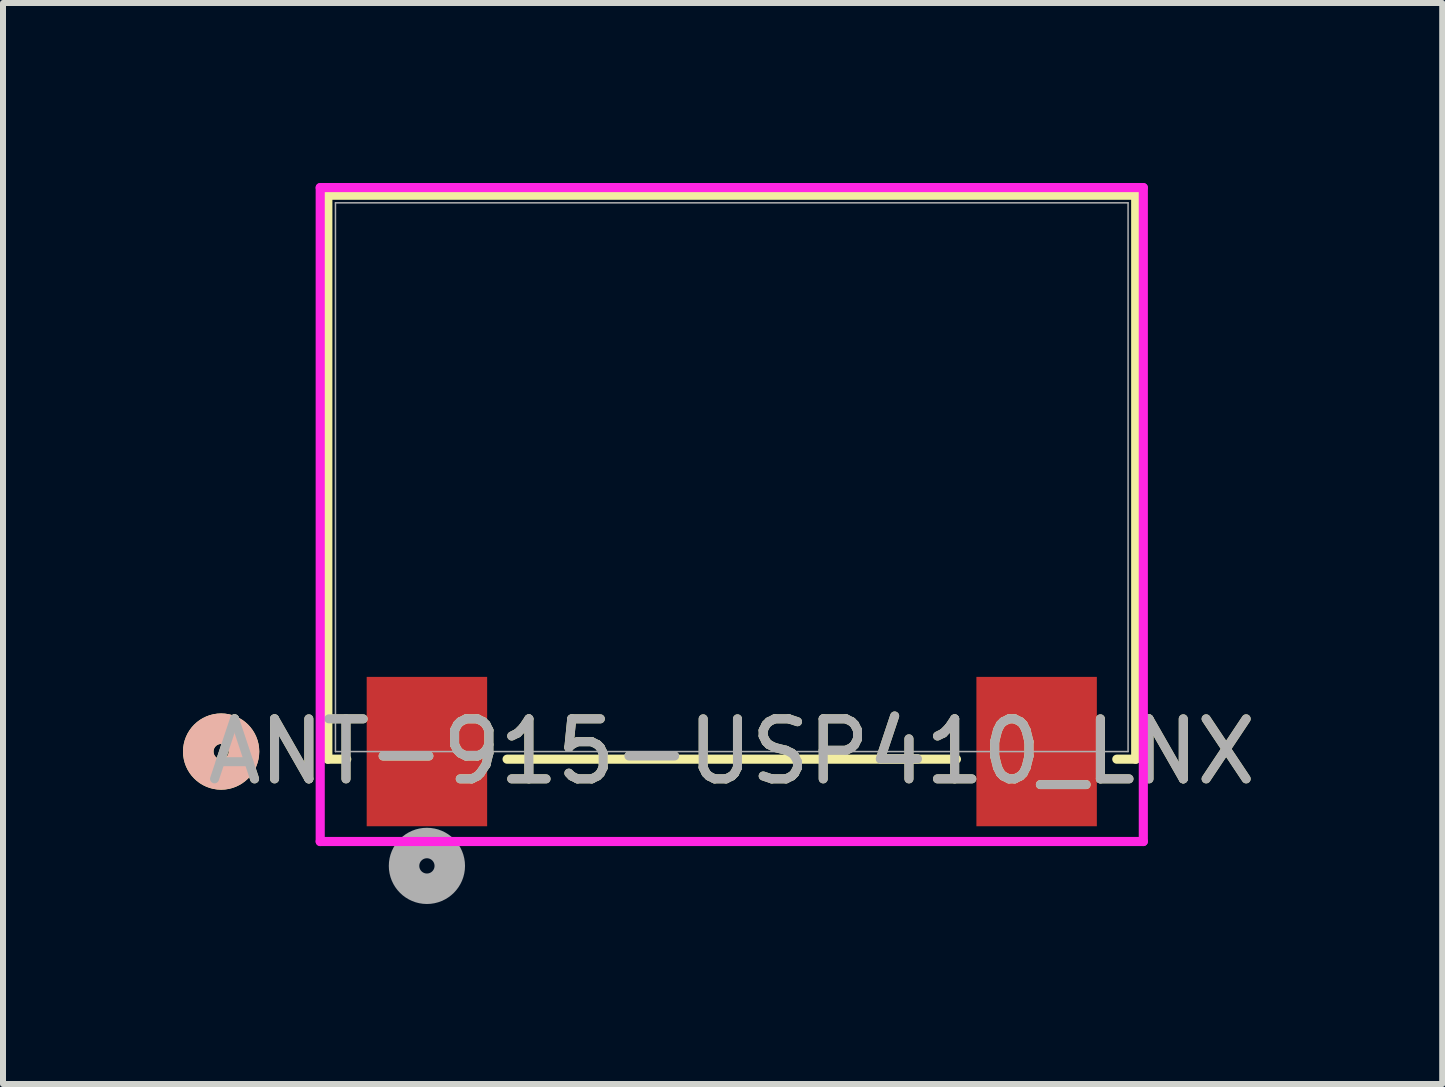
<source format=kicad_pcb>
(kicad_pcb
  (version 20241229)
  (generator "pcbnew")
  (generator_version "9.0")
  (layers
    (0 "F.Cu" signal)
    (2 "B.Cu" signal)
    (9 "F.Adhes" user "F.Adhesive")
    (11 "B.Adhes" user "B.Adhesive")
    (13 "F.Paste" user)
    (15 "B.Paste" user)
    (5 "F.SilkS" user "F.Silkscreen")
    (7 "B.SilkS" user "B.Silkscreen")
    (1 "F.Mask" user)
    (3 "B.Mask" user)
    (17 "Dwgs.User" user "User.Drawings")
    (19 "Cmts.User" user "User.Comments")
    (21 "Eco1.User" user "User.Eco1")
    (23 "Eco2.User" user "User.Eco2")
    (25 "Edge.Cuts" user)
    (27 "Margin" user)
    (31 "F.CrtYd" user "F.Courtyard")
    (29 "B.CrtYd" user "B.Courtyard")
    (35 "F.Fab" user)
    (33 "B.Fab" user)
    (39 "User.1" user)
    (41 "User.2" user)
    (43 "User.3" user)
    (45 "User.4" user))
  (footprint "ANT-915-USP410_LNX"
    (layer "F.Cu")
    (at 9.144 4.902)
    (property "Reference" "ANT-915-USP410_LNX" (at 0 4.572 0) (unlocked yes) (layer "F.SilkS") (effects (font (size 1 1) (thickness 0.15))))
    (attr smd)
    (fp_line (start -6.731 -4.699) (end -6.731 4.699) (stroke (width 0.152) (type solid)) (layer "F.SilkS"))
    (fp_line (start -6.731 4.699) (end -6.416 4.699) (stroke (width 0.152) (type solid)) (layer "F.SilkS"))
    (fp_line (start -3.744 4.699) (end 3.744 4.699) (stroke (width 0.152) (type solid)) (layer "F.SilkS"))
    (fp_line (start 6.416 4.699) (end 6.731 4.699) (stroke (width 0.152) (type solid)) (layer "F.SilkS"))
    (fp_line (start 6.731 -4.699) (end -6.731 -4.699) (stroke (width 0.152) (type solid)) (layer "F.SilkS"))
    (fp_line (start 6.731 4.699) (end 6.731 -4.699) (stroke (width 0.152) (type solid)) (layer "F.SilkS"))
    (fp_circle (center -8.509 4.572) (end -8.128 4.572) (stroke (width 0.508) (type solid)) (fill no) (layer "F.SilkS"))
    (fp_circle (center -8.509 4.572) (end -8.128 4.572) (stroke (width 0.508) (type solid)) (fill no) (layer "B.SilkS"))
    (fp_line (start -6.858 -4.826) (end -6.858 6.071) (stroke (width 0.152) (type solid)) (layer "F.CrtYd"))
    (fp_line (start -6.858 6.071) (end 6.858 6.071) (stroke (width 0.152) (type solid)) (layer "F.CrtYd"))
    (fp_line (start 6.858 -4.826) (end -6.858 -4.826) (stroke (width 0.152) (type solid)) (layer "F.CrtYd"))
    (fp_line (start 6.858 6.071) (end 6.858 -4.826) (stroke (width 0.152) (type solid)) (layer "F.CrtYd"))
    (fp_line (start -6.604 -4.572) (end -6.604 4.572) (stroke (width 0.025) (type solid)) (layer "F.Fab"))
    (fp_line (start -6.604 4.572) (end 6.604 4.572) (stroke (width 0.025) (type solid)) (layer "F.Fab"))
    (fp_line (start 6.604 -4.572) (end -6.604 -4.572) (stroke (width 0.025) (type solid)) (layer "F.Fab"))
    (fp_line (start 6.604 4.572) (end 6.604 -4.572) (stroke (width 0.025) (type solid)) (layer "F.Fab"))
    (fp_circle (center -5.08 6.477) (end -4.699 6.477) (stroke (width 0.508) (type solid)) (fill no) (layer "F.Fab"))
    (fp_text user "${REFERENCE}" (at 0 4.572 0) (unlocked yes) (layer "F.Fab") (effects (font (size 1 1) (thickness 0.15))))
    (pad "1" smd rect (at -5.08 4.572) (size 2.007 2.489) (layers "F.Cu" "F.Mask" "F.Paste"))
    (pad "2" smd rect (at 5.08 4.572) (size 2.007 2.489) (layers "F.Cu" "F.Mask" "F.Paste")))
  (gr_rect
    (start -3 -3)
    (end 20.983 15.014)
    (stroke (width 0.1) (type default))
    (fill no)
    (layer "Edge.Cuts")))
</source>
